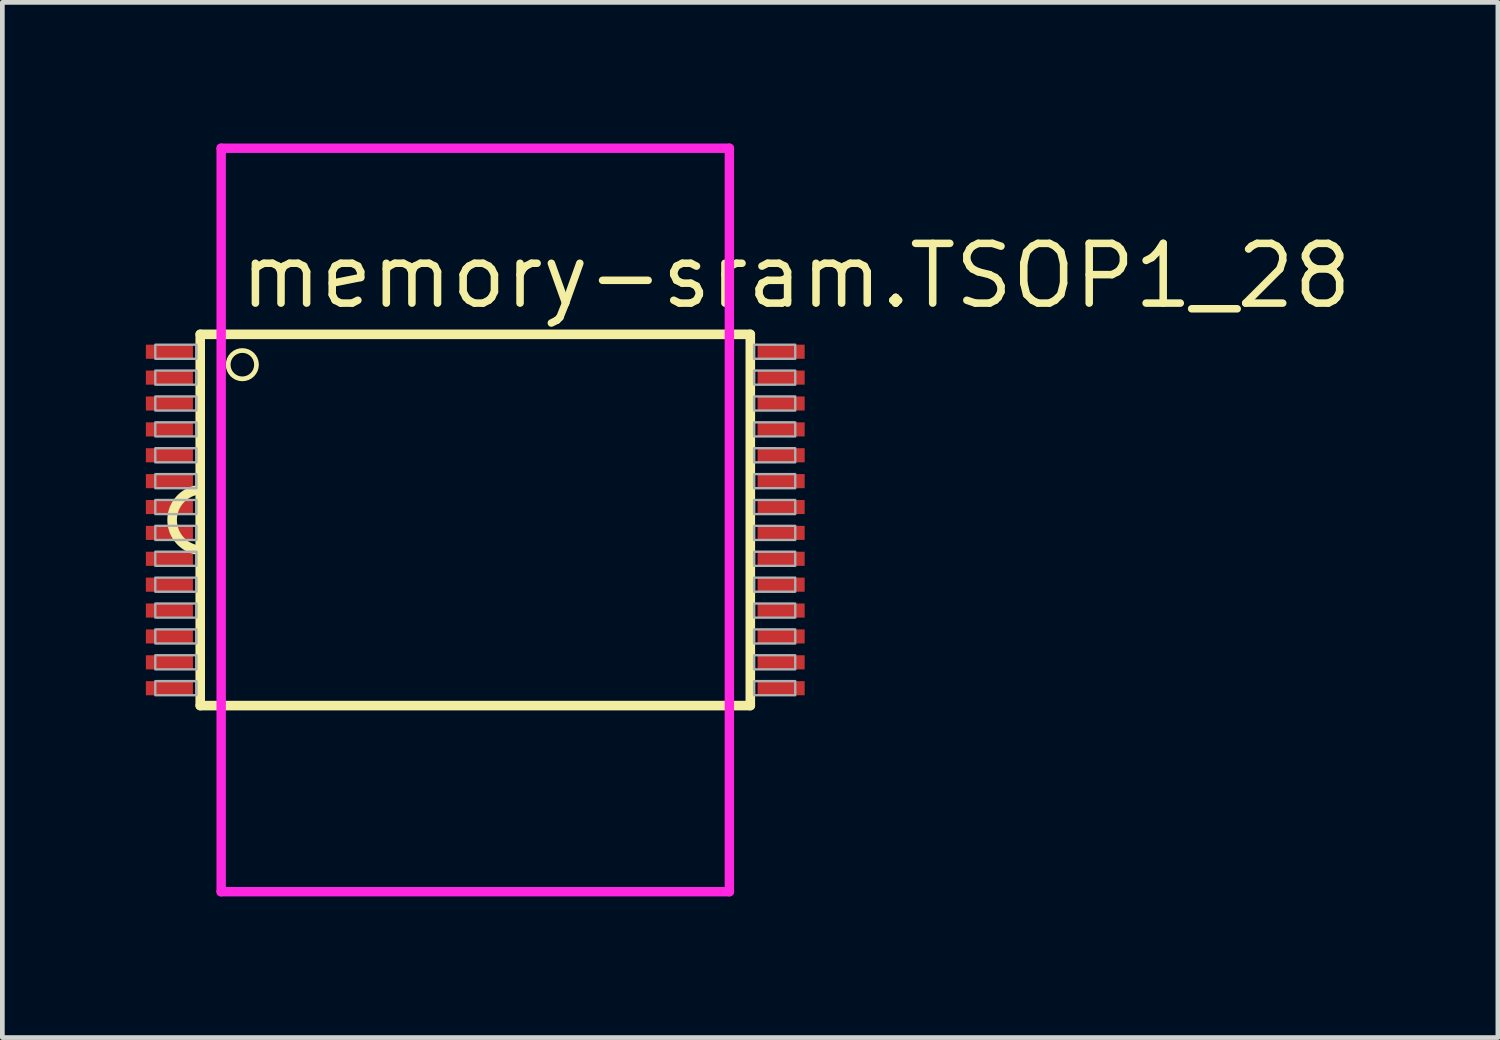
<source format=kicad_pcb>
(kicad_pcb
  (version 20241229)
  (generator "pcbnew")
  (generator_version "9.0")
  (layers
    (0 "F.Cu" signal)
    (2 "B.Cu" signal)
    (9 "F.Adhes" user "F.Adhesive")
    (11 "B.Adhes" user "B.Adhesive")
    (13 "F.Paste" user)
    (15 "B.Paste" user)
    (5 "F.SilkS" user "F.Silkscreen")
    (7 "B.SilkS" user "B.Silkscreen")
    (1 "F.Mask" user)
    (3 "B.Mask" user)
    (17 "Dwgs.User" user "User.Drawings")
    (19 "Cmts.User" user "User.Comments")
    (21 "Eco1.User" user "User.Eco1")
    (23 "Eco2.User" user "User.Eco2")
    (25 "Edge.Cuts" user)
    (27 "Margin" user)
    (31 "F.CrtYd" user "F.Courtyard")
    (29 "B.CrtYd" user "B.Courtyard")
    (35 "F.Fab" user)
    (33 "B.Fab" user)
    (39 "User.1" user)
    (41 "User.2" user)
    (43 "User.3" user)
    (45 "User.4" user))
  (footprint "memory-sram.TSOP1_28"
    (layer "F.Cu")
    (at 7.05 8)
    (property "Reference" "memory-sram.TSOP1_28" (at -5.08 -4.445 0) (layer "F.SilkS") (effects (font (size 1.27 1.27) (thickness 0.16)) (justify left bottom)))
    (attr smd)
    (fp_rect (start -7.025 -3.4) (end -5.975 -3.75) (stroke (width 0.05) (type default)) (fill yes) (layer "F.Mask"))
    (fp_rect (start -7.025 -2.85) (end -5.975 -3.2) (stroke (width 0.05) (type default)) (fill yes) (layer "F.Mask"))
    (fp_rect (start -7.025 -2.3) (end -5.975 -2.65) (stroke (width 0.05) (type default)) (fill yes) (layer "F.Mask"))
    (fp_rect (start -7.025 -1.75) (end -5.975 -2.1) (stroke (width 0.05) (type default)) (fill yes) (layer "F.Mask"))
    (fp_rect (start -7.025 -1.2) (end -5.975 -1.55) (stroke (width 0.05) (type default)) (fill yes) (layer "F.Mask"))
    (fp_rect (start -7.025 -0.65) (end -5.975 -1) (stroke (width 0.05) (type default)) (fill yes) (layer "F.Mask"))
    (fp_rect (start -7.025 -0.1) (end -5.975 -0.45) (stroke (width 0.05) (type default)) (fill yes) (layer "F.Mask"))
    (fp_rect (start -7.025 0.45) (end -5.975 0.1) (stroke (width 0.05) (type default)) (fill yes) (layer "F.Mask"))
    (fp_rect (start -7.025 1) (end -5.975 0.65) (stroke (width 0.05) (type default)) (fill yes) (layer "F.Mask"))
    (fp_rect (start -7.025 1.55) (end -5.975 1.2) (stroke (width 0.05) (type default)) (fill yes) (layer "F.Mask"))
    (fp_rect (start -7.025 2.1) (end -5.975 1.75) (stroke (width 0.05) (type default)) (fill yes) (layer "F.Mask"))
    (fp_rect (start -7.025 2.65) (end -5.975 2.3) (stroke (width 0.05) (type default)) (fill yes) (layer "F.Mask"))
    (fp_rect (start -7.025 3.2) (end -5.975 2.85) (stroke (width 0.05) (type default)) (fill yes) (layer "F.Mask"))
    (fp_rect (start -7.025 3.75) (end -5.975 3.4) (stroke (width 0.05) (type default)) (fill yes) (layer "F.Mask"))
    (fp_rect (start 5.975 -3.4) (end 7.025 -3.75) (stroke (width 0.05) (type default)) (fill yes) (layer "F.Mask"))
    (fp_rect (start 5.975 -2.85) (end 7.025 -3.2) (stroke (width 0.05) (type default)) (fill yes) (layer "F.Mask"))
    (fp_rect (start 5.975 -2.3) (end 7.025 -2.65) (stroke (width 0.05) (type default)) (fill yes) (layer "F.Mask"))
    (fp_rect (start 5.975 -1.75) (end 7.025 -2.1) (stroke (width 0.05) (type default)) (fill yes) (layer "F.Mask"))
    (fp_rect (start 5.975 -1.2) (end 7.025 -1.55) (stroke (width 0.05) (type default)) (fill yes) (layer "F.Mask"))
    (fp_rect (start 5.975 -0.65) (end 7.025 -1) (stroke (width 0.05) (type default)) (fill yes) (layer "F.Mask"))
    (fp_rect (start 5.975 -0.1) (end 7.025 -0.45) (stroke (width 0.05) (type default)) (fill yes) (layer "F.Mask"))
    (fp_rect (start 5.975 0.45) (end 7.025 0.1) (stroke (width 0.05) (type default)) (fill yes) (layer "F.Mask"))
    (fp_rect (start 5.975 1) (end 7.025 0.65) (stroke (width 0.05) (type default)) (fill yes) (layer "F.Mask"))
    (fp_rect (start 5.975 1.55) (end 7.025 1.2) (stroke (width 0.05) (type default)) (fill yes) (layer "F.Mask"))
    (fp_rect (start 5.975 2.1) (end 7.025 1.75) (stroke (width 0.05) (type default)) (fill yes) (layer "F.Mask"))
    (fp_rect (start 5.975 2.65) (end 7.025 2.3) (stroke (width 0.05) (type default)) (fill yes) (layer "F.Mask"))
    (fp_rect (start 5.975 3.2) (end 7.025 2.85) (stroke (width 0.05) (type default)) (fill yes) (layer "F.Mask"))
    (fp_rect (start 5.975 3.75) (end 7.025 3.4) (stroke (width 0.05) (type default)) (fill yes) (layer "F.Mask"))
    (fp_line (start -5.845 -3.945) (end 5.845 -3.945) (stroke (width 0.203) (type default)) (layer "F.SilkS"))
    (fp_line (start -5.845 -0.645) (end -5.845 -3.945) (stroke (width 0.203) (type default)) (layer "F.SilkS"))
    (fp_line (start -5.845 0.645) (end -5.845 -0.645) (stroke (width 0.203) (type default)) (layer "F.SilkS"))
    (fp_line (start -5.845 3.945) (end -5.845 0.645) (stroke (width 0.203) (type default)) (layer "F.SilkS"))
    (fp_line (start 5.845 -3.945) (end 5.845 3.945) (stroke (width 0.203) (type default)) (layer "F.SilkS"))
    (fp_line (start 5.845 3.945) (end -5.845 3.945) (stroke (width 0.203) (type default)) (layer "F.SilkS"))
    (fp_arc (start -5.845 0.645) (mid -6.441935 0) (end -5.845 -0.645) (stroke (width 0.2032) (type default)) (layer "F.SilkS"))
    (fp_circle (center -4.95 -3.3) (end -4.649 -3.3) (stroke (width 0.1) (type default)) (fill no) (layer "F.SilkS"))
    (fp_line (start -5.4 -7.9) (end 5.4 -7.9) (stroke (width 0.2) (type default)) (layer "F.CrtYd"))
    (fp_line (start -5.4 7.9) (end -5.4 -7.9) (stroke (width 0.2) (type default)) (layer "F.CrtYd"))
    (fp_line (start 5.4 -7.9) (end 5.4 7.9) (stroke (width 0.2) (type default)) (layer "F.CrtYd"))
    (fp_line (start 5.4 7.9) (end -5.4 7.9) (stroke (width 0.2) (type default)) (layer "F.CrtYd"))
    (fp_rect (start -6.8 -3.425) (end -5.925 -3.725) (stroke (width 0.05) (type default)) (fill no) (layer "F.Fab"))
    (fp_rect (start -6.8 -2.875) (end -5.925 -3.175) (stroke (width 0.05) (type default)) (fill no) (layer "F.Fab"))
    (fp_rect (start -6.8 -2.325) (end -5.925 -2.625) (stroke (width 0.05) (type default)) (fill no) (layer "F.Fab"))
    (fp_rect (start -6.8 -1.775) (end -5.925 -2.075) (stroke (width 0.05) (type default)) (fill no) (layer "F.Fab"))
    (fp_rect (start -6.8 -1.225) (end -5.925 -1.525) (stroke (width 0.05) (type default)) (fill no) (layer "F.Fab"))
    (fp_rect (start -6.8 -0.675) (end -5.925 -0.975) (stroke (width 0.05) (type default)) (fill no) (layer "F.Fab"))
    (fp_rect (start -6.8 -0.125) (end -5.925 -0.425) (stroke (width 0.05) (type default)) (fill no) (layer "F.Fab"))
    (fp_rect (start -6.8 0.425) (end -5.925 0.125) (stroke (width 0.05) (type default)) (fill no) (layer "F.Fab"))
    (fp_rect (start -6.8 0.975) (end -5.925 0.675) (stroke (width 0.05) (type default)) (fill no) (layer "F.Fab"))
    (fp_rect (start -6.8 1.525) (end -5.925 1.225) (stroke (width 0.05) (type default)) (fill no) (layer "F.Fab"))
    (fp_rect (start -6.8 2.075) (end -5.925 1.775) (stroke (width 0.05) (type default)) (fill no) (layer "F.Fab"))
    (fp_rect (start -6.8 2.625) (end -5.925 2.325) (stroke (width 0.05) (type default)) (fill no) (layer "F.Fab"))
    (fp_rect (start -6.8 3.175) (end -5.925 2.875) (stroke (width 0.05) (type default)) (fill no) (layer "F.Fab"))
    (fp_rect (start -6.8 3.725) (end -5.925 3.425) (stroke (width 0.05) (type default)) (fill no) (layer "F.Fab"))
    (fp_rect (start 5.925 -3.425) (end 6.8 -3.725) (stroke (width 0.05) (type default)) (fill no) (layer "F.Fab"))
    (fp_rect (start 5.925 -2.875) (end 6.8 -3.175) (stroke (width 0.05) (type default)) (fill no) (layer "F.Fab"))
    (fp_rect (start 5.925 -2.325) (end 6.8 -2.625) (stroke (width 0.05) (type default)) (fill no) (layer "F.Fab"))
    (fp_rect (start 5.925 -1.775) (end 6.8 -2.075) (stroke (width 0.05) (type default)) (fill no) (layer "F.Fab"))
    (fp_rect (start 5.925 -1.225) (end 6.8 -1.525) (stroke (width 0.05) (type default)) (fill no) (layer "F.Fab"))
    (fp_rect (start 5.925 -0.675) (end 6.8 -0.975) (stroke (width 0.05) (type default)) (fill no) (layer "F.Fab"))
    (fp_rect (start 5.925 -0.125) (end 6.8 -0.425) (stroke (width 0.05) (type default)) (fill no) (layer "F.Fab"))
    (fp_rect (start 5.925 0.425) (end 6.8 0.125) (stroke (width 0.05) (type default)) (fill no) (layer "F.Fab"))
    (fp_rect (start 5.925 0.975) (end 6.8 0.675) (stroke (width 0.05) (type default)) (fill no) (layer "F.Fab"))
    (fp_rect (start 5.925 1.525) (end 6.8 1.225) (stroke (width 0.05) (type default)) (fill no) (layer "F.Fab"))
    (fp_rect (start 5.925 2.075) (end 6.8 1.775) (stroke (width 0.05) (type default)) (fill no) (layer "F.Fab"))
    (fp_rect (start 5.925 2.625) (end 6.8 2.325) (stroke (width 0.05) (type default)) (fill no) (layer "F.Fab"))
    (fp_rect (start 5.925 3.175) (end 6.8 2.875) (stroke (width 0.05) (type default)) (fill no) (layer "F.Fab"))
    (fp_rect (start 5.925 3.725) (end 6.8 3.425) (stroke (width 0.05) (type default)) (fill no) (layer "F.Fab"))
    (pad "1" smd roundrect (at -6.5 0.275) (size 1 0.3) (layers "F.Cu" "F.Mask" "F.Paste") (roundrect_rratio 0.01))
    (pad "2" smd roundrect (at -6.5 0.825) (size 1 0.3) (layers "F.Cu" "F.Mask" "F.Paste") (roundrect_rratio 0.01))
    (pad "3" smd roundrect (at -6.5 1.375) (size 1 0.3) (layers "F.Cu" "F.Mask" "F.Paste") (roundrect_rratio 0.01))
    (pad "4" smd roundrect (at -6.5 1.925) (size 1 0.3) (layers "F.Cu" "F.Mask" "F.Paste") (roundrect_rratio 0.01))
    (pad "5" smd roundrect (at -6.5 2.475) (size 1 0.3) (layers "F.Cu" "F.Mask" "F.Paste") (roundrect_rratio 0.01))
    (pad "6" smd roundrect (at -6.5 3.025) (size 1 0.3) (layers "F.Cu" "F.Mask" "F.Paste") (roundrect_rratio 0.01))
    (pad "7" smd roundrect (at -6.5 3.575) (size 1 0.3) (layers "F.Cu" "F.Mask" "F.Paste") (roundrect_rratio 0.01))
    (pad "8" smd roundrect (at 6.5 3.575 180) (size 1 0.3) (layers "F.Cu" "F.Mask" "F.Paste") (roundrect_rratio 0.01))
    (pad "9" smd roundrect (at 6.5 3.025 180) (size 1 0.3) (layers "F.Cu" "F.Mask" "F.Paste") (roundrect_rratio 0.01))
    (pad "10" smd roundrect (at 6.5 2.475 180) (size 1 0.3) (layers "F.Cu" "F.Mask" "F.Paste") (roundrect_rratio 0.01))
    (pad "11" smd roundrect (at 6.5 1.925 180) (size 1 0.3) (layers "F.Cu" "F.Mask" "F.Paste") (roundrect_rratio 0.01))
    (pad "12" smd roundrect (at 6.5 1.375 180) (size 1 0.3) (layers "F.Cu" "F.Mask" "F.Paste") (roundrect_rratio 0.01))
    (pad "13" smd roundrect (at 6.5 0.825 180) (size 1 0.3) (layers "F.Cu" "F.Mask" "F.Paste") (roundrect_rratio 0.01))
    (pad "14" smd roundrect (at 6.5 0.275 180) (size 1 0.3) (layers "F.Cu" "F.Mask" "F.Paste") (roundrect_rratio 0.01))
    (pad "15" smd roundrect (at 6.5 -0.275) (size 1 0.3) (layers "F.Cu" "F.Mask" "F.Paste") (roundrect_rratio 0.01))
    (pad "16" smd roundrect (at 6.5 -0.825) (size 1 0.3) (layers "F.Cu" "F.Mask" "F.Paste") (roundrect_rratio 0.01))
    (pad "17" smd roundrect (at 6.5 -1.375) (size 1 0.3) (layers "F.Cu" "F.Mask" "F.Paste") (roundrect_rratio 0.01))
    (pad "18" smd roundrect (at 6.5 -1.925) (size 1 0.3) (layers "F.Cu" "F.Mask" "F.Paste") (roundrect_rratio 0.01))
    (pad "19" smd roundrect (at 6.5 -2.475) (size 1 0.3) (layers "F.Cu" "F.Mask" "F.Paste") (roundrect_rratio 0.01))
    (pad "20" smd roundrect (at 6.5 -3.025) (size 1 0.3) (layers "F.Cu" "F.Mask" "F.Paste") (roundrect_rratio 0.01))
    (pad "21" smd roundrect (at 6.5 -3.575) (size 1 0.3) (layers "F.Cu" "F.Mask" "F.Paste") (roundrect_rratio 0.01))
    (pad "22" smd roundrect (at -6.5 -3.575 180) (size 1 0.3) (layers "F.Cu" "F.Mask" "F.Paste") (roundrect_rratio 0.01))
    (pad "23" smd roundrect (at -6.5 -3.025 180) (size 1 0.3) (layers "F.Cu" "F.Mask" "F.Paste") (roundrect_rratio 0.01))
    (pad "24" smd roundrect (at -6.5 -2.475 180) (size 1 0.3) (layers "F.Cu" "F.Mask" "F.Paste") (roundrect_rratio 0.01))
    (pad "25" smd roundrect (at -6.5 -1.925 180) (size 1 0.3) (layers "F.Cu" "F.Mask" "F.Paste") (roundrect_rratio 0.01))
    (pad "26" smd roundrect (at -6.5 -1.375 180) (size 1 0.3) (layers "F.Cu" "F.Mask" "F.Paste") (roundrect_rratio 0.01))
    (pad "27" smd roundrect (at -6.5 -0.825 180) (size 1 0.3) (layers "F.Cu" "F.Mask" "F.Paste") (roundrect_rratio 0.01))
    (pad "28" smd roundrect (at -6.5 -0.275 180) (size 1 0.3) (layers "F.Cu" "F.Mask" "F.Paste") (roundrect_rratio 0.01)))
  (gr_rect
    (start -3 -3)
    (end 28.782 19)
    (stroke (width 0.1) (type default))
    (fill no)
    (layer "Edge.Cuts")))
</source>
